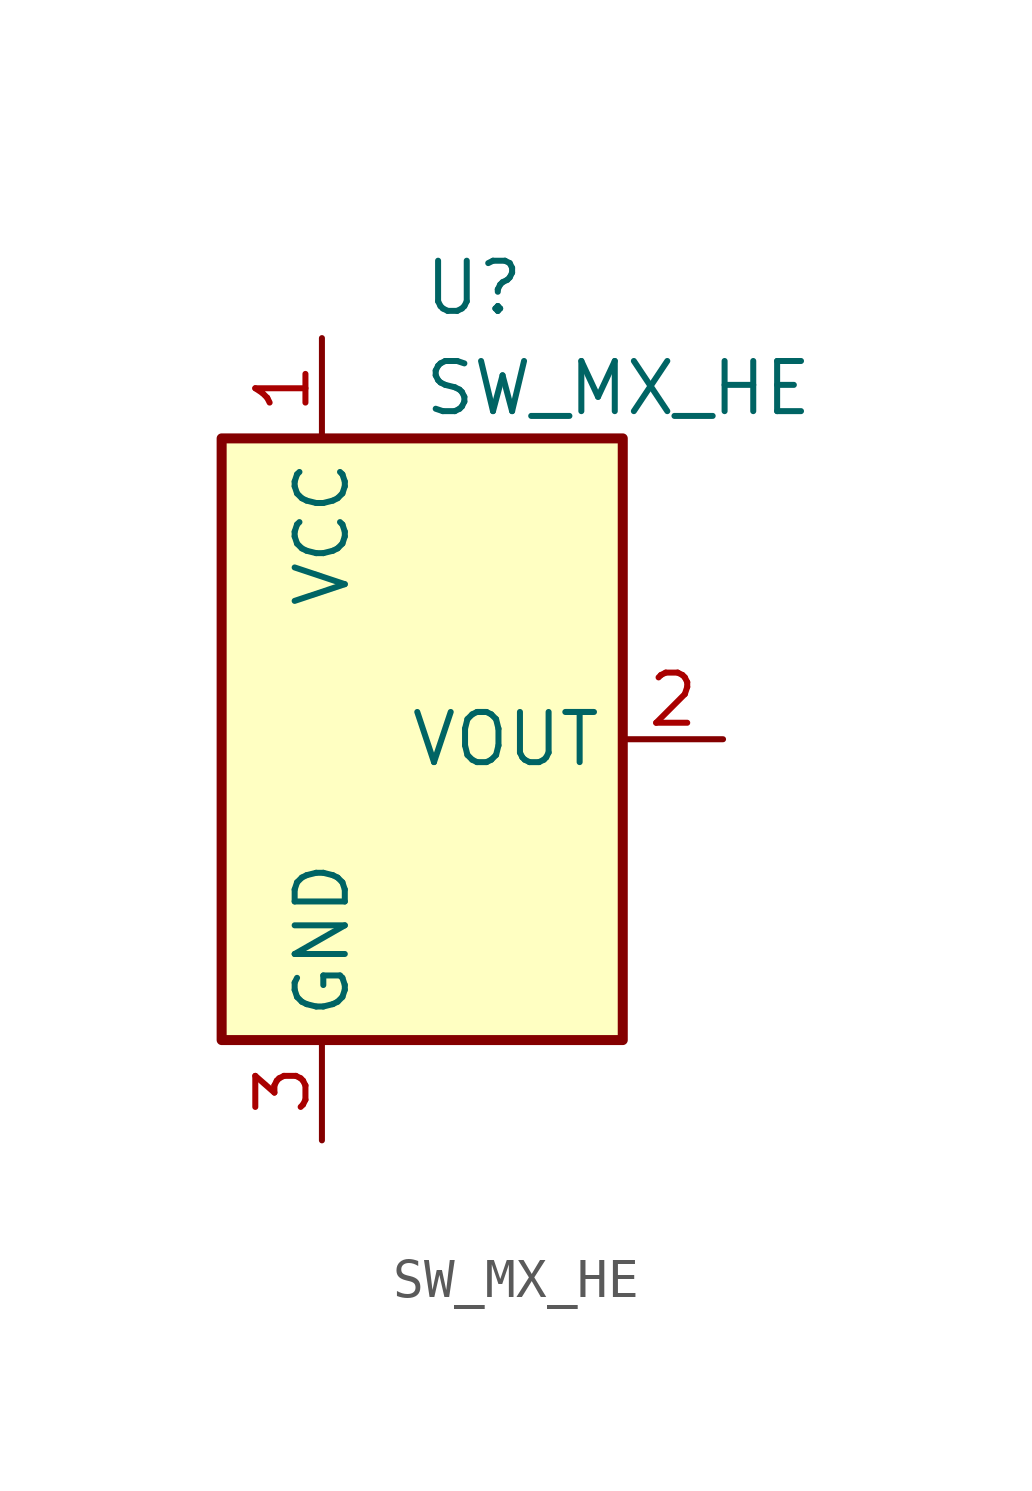
<source format=kicad_sym>
(kicad_symbol_lib
  (version 20231120)
  (generator "kicad_symbol_editor")
  (generator_version "8.0")
  (symbol "SW_MX_HE"
    (property "Reference" "U"
      (at 0 11.43 0)
      (effects (font (size 1.27 1.27)) (justify left)))
    (property "Value" "SW_MX_HE"
      (at 0 8.89 0)
      (effects (font (size 1.27 1.27)) (justify left)))
    (symbol "SW_MX_HE_0_1"
      (rectangle (start -5.08 7.62) (end 5.08 -7.62) (stroke (width 0.254) (type default)) (fill (type background))))
    (symbol "SW_MX_HE_1_1"
      (pin power_in line (at -2.54 10.16 270) (length 2.54) (name "VCC" (effects (font (size 1.27 1.27)))) (number "1" (effects (font (size 1.27 1.27)))))
      (pin output line (at 7.62 0 180) (length 2.54) (name "VOUT" (effects (font (size 1.27 1.27)))) (number "2" (effects (font (size 1.27 1.27)))))
      (pin power_in line (at -2.54 -10.16 90) (length 2.54) (name "GND" (effects (font (size 1.27 1.27)))) (number "3" (effects (font (size 1.27 1.27))))))))
</source>
